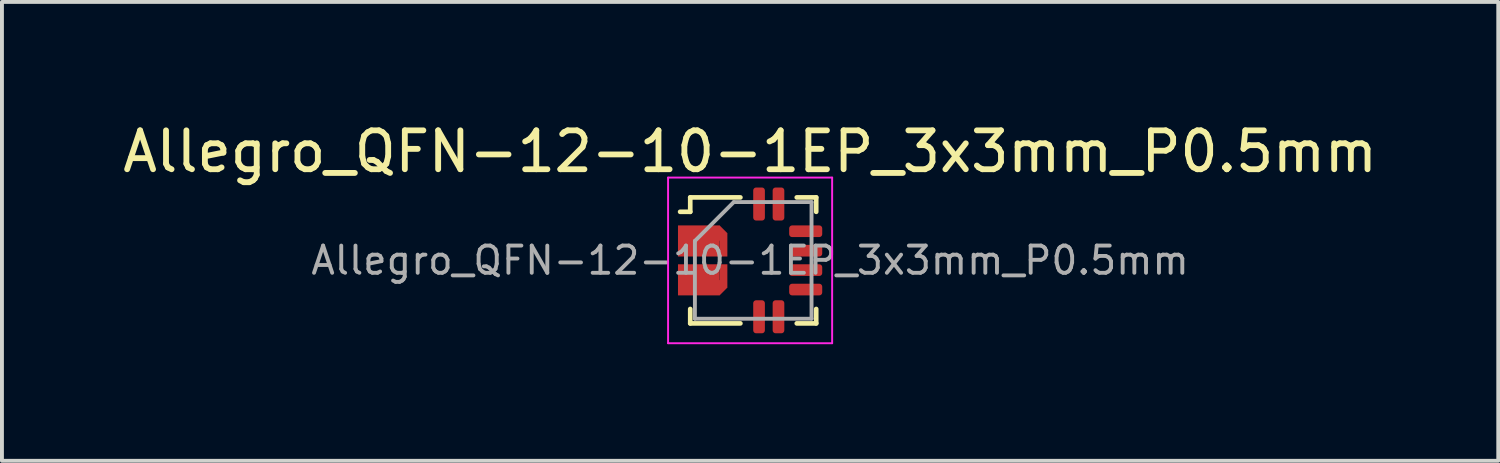
<source format=kicad_pcb>
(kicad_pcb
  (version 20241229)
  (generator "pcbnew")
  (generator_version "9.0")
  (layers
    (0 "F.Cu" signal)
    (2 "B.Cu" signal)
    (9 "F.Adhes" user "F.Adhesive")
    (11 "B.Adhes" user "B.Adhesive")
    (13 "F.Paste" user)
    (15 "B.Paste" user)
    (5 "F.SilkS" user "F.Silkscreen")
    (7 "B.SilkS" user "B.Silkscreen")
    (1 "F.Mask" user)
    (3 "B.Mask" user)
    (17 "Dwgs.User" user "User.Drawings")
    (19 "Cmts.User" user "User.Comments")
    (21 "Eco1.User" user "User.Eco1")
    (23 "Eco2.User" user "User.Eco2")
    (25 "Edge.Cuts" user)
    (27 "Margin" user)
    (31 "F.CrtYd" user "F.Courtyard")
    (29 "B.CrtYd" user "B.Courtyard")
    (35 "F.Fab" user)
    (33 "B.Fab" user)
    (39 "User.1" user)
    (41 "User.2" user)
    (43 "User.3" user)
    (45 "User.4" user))
  (footprint "Allegro_QFN-12-10-1EP_3x3mm_P0.5mm"
    (layer "F.Cu")
    (at 16.244 3.648)
    (property "Reference" "Allegro_QFN-12-10-1EP_3x3mm_P0.5mm" (at 0 -2.8 0) (layer "F.SilkS") (effects (font (size 1 1) (thickness 0.15))))
    (attr smd)
    (fp_line (start -1.54 -1.62) (end -1.54 -1.25) (stroke (width 0.12) (type solid)) (layer "F.SilkS"))
    (fp_line (start -1.54 -1.62) (end -0.25 -1.62) (stroke (width 0.12) (type solid)) (layer "F.SilkS"))
    (fp_line (start -1.54 -1.25) (end -1.8 -1.25) (stroke (width 0.12) (type solid)) (layer "F.SilkS"))
    (fp_line (start -1.54 1.25) (end -1.54 1.62) (stroke (width 0.12) (type solid)) (layer "F.SilkS"))
    (fp_line (start -1.54 1.62) (end -0.25 1.62) (stroke (width 0.12) (type solid)) (layer "F.SilkS"))
    (fp_line (start 1.7 -1.62) (end 1.2 -1.62) (stroke (width 0.12) (type solid)) (layer "F.SilkS"))
    (fp_line (start 1.7 -1.62) (end 1.7 -1.25) (stroke (width 0.12) (type solid)) (layer "F.SilkS"))
    (fp_line (start 1.7 1.25) (end 1.7 1.62) (stroke (width 0.12) (type solid)) (layer "F.SilkS"))
    (fp_line (start 1.7 1.62) (end 1.2 1.62) (stroke (width 0.12) (type solid)) (layer "F.SilkS"))
    (fp_line (start -2.11 -2.13) (end -2.11 2.13) (stroke (width 0.05) (type solid)) (layer "F.CrtYd"))
    (fp_line (start -2.11 2.13) (end 2.11 2.13) (stroke (width 0.05) (type solid)) (layer "F.CrtYd"))
    (fp_line (start 2.11 -2.13) (end -2.11 -2.13) (stroke (width 0.05) (type solid)) (layer "F.CrtYd"))
    (fp_line (start 2.11 2.13) (end 2.11 -2.13) (stroke (width 0.05) (type solid)) (layer "F.CrtYd"))
    (fp_line (start -1.42 -0.5) (end -0.42 -1.5) (stroke (width 0.1) (type solid)) (layer "F.Fab"))
    (fp_line (start -1.42 1.5) (end -1.42 -0.5) (stroke (width 0.1) (type solid)) (layer "F.Fab"))
    (fp_line (start -0.42 -1.5) (end 1.58 -1.5) (stroke (width 0.1) (type solid)) (layer "F.Fab"))
    (fp_line (start 1.58 -1.5) (end 1.58 1.5) (stroke (width 0.1) (type solid)) (layer "F.Fab"))
    (fp_line (start 1.58 1.5) (end -1.42 1.5) (stroke (width 0.1) (type solid)) (layer "F.Fab"))
    (fp_text user "${REFERENCE}" (at 0 0 0) (layer "F.Fab") (effects (font (size 0.7 0.7) (thickness 0.1))))
    (pad "1" smd rect (at -1.32 -0.5) (size 1.07 0.8) (layers "F.Cu" "F.Mask" "F.Paste"))
    (pad "1" smd rect (at -0.785 -0.7 45) (size 0.283 0.283) (layers "F.Cu" "F.Mask" "F.Paste"))
    (pad "1" smd rect (at -0.685 -0.4) (size 0.2 0.6) (layers "F.Cu" "F.Mask" "F.Paste"))
    (pad "2" smd rect (at -1.32 0.5) (size 1.07 0.8) (layers "F.Cu" "F.Mask" "F.Paste"))
    (pad "2" smd rect (at -0.785 0.7 45) (size 0.283 0.283) (layers "F.Cu" "F.Mask" "F.Paste"))
    (pad "2" smd rect (at -0.685 0.4) (size 0.2 0.6) (layers "F.Cu" "F.Mask" "F.Paste"))
    (pad "3" smd roundrect (at 0.23 1.45) (size 0.3 0.85) (layers "F.Cu" "F.Mask" "F.Paste") (roundrect_rratio 0.25))
    (pad "4" smd roundrect (at 0.73 1.45) (size 0.3 0.85) (layers "F.Cu" "F.Mask" "F.Paste") (roundrect_rratio 0.25))
    (pad "5" smd roundrect (at 1.43 0.75) (size 0.85 0.3) (layers "F.Cu" "F.Mask" "F.Paste") (roundrect_rratio 0.25))
    (pad "6" smd roundrect (at 1.43 0.25) (size 0.85 0.3) (layers "F.Cu" "F.Mask" "F.Paste") (roundrect_rratio 0.25))
    (pad "7" smd roundrect (at 1.43 -0.25) (size 0.85 0.3) (layers "F.Cu" "F.Mask" "F.Paste") (roundrect_rratio 0.25))
    (pad "8" smd roundrect (at 1.43 -0.75) (size 0.85 0.3) (layers "F.Cu" "F.Mask" "F.Paste") (roundrect_rratio 0.25))
    (pad "9" smd roundrect (at 0.73 -1.45) (size 0.3 0.85) (layers "F.Cu" "F.Mask" "F.Paste") (roundrect_rratio 0.25))
    (pad "10" smd roundrect (at 0.23 -1.45) (size 0.3 0.85) (layers "F.Cu" "F.Mask" "F.Paste") (roundrect_rratio 0.25)))
  (gr_rect
    (start -3 -3)
    (end 35.488 8.803)
    (stroke (width 0.1) (type default))
    (fill no)
    (layer "Edge.Cuts")))
</source>
